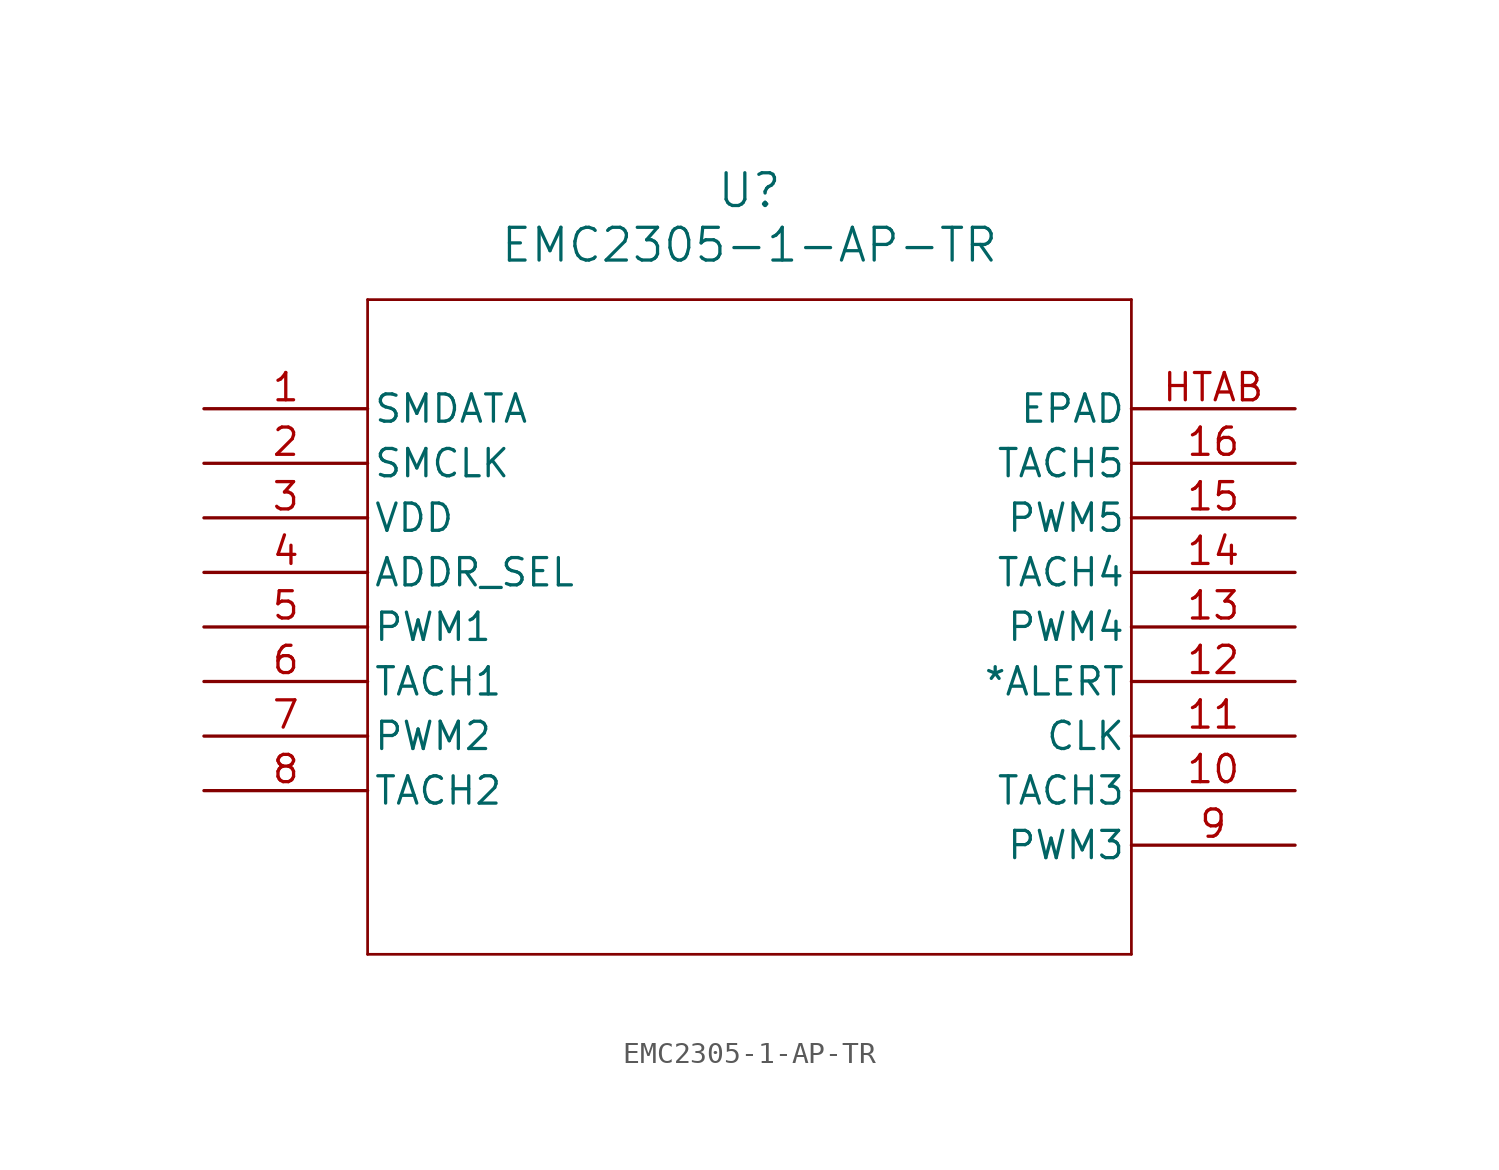
<source format=kicad_sym>
(kicad_symbol_lib
  (version 20211014)
  (generator kicad_symbol_editor)
  (symbol "EMC2305-1-AP-TR"
    (pin_names
      (offset 0.254))
    (property "Reference" "U"
      (at 25.4 10.16 0)
      (effects (font (size 1.524 1.524))))
    (property "Value" "EMC2305-1-AP-TR"
      (at 25.4 7.62 0)
      (effects (font (size 1.524 1.524))))
    (symbol "EMC2305-1-AP-TR_0_1"
      (polyline (pts (xy 7.62 5.08) (xy 7.62 -25.4)) (stroke (width 0.127) (type default) (color 0 0 0 0)) (fill (type none)))
      (polyline (pts (xy 7.62 -25.4) (xy 43.18 -25.4)) (stroke (width 0.127) (type default) (color 0 0 0 0)) (fill (type none)))
      (polyline (pts (xy 43.18 -25.4) (xy 43.18 5.08)) (stroke (width 0.127) (type default) (color 0 0 0 0)) (fill (type none)))
      (polyline (pts (xy 43.18 5.08) (xy 7.62 5.08)) (stroke (width 0.127) (type default) (color 0 0 0 0)) (fill (type none)))
      (pin bidirectional line (at 0 0 0) (length 7.62) (name "SMDATA" (effects (font (size 1.27 1.27)))) (number "1" (effects (font (size 1.27 1.27)))))
      (pin input line (at 0 -2.54 0) (length 7.62) (name "SMCLK" (effects (font (size 1.27 1.27)))) (number "2" (effects (font (size 1.27 1.27)))))
      (pin power_in line (at 0 -5.08 0) (length 7.62) (name "VDD" (effects (font (size 1.27 1.27)))) (number "3" (effects (font (size 1.27 1.27)))))
      (pin bidirectional line (at 0 -7.62 0) (length 7.62) (name "ADDR_SEL" (effects (font (size 1.27 1.27)))) (number "4" (effects (font (size 1.27 1.27)))))
      (pin output line (at 0 -10.16 0) (length 7.62) (name "PWM1" (effects (font (size 1.27 1.27)))) (number "5" (effects (font (size 1.27 1.27)))))
      (pin input line (at 0 -12.7 0) (length 7.62) (name "TACH1" (effects (font (size 1.27 1.27)))) (number "6" (effects (font (size 1.27 1.27)))))
      (pin output line (at 0 -15.24 0) (length 7.62) (name "PWM2" (effects (font (size 1.27 1.27)))) (number "7" (effects (font (size 1.27 1.27)))))
      (pin input line (at 0 -17.78 0) (length 7.62) (name "TACH2" (effects (font (size 1.27 1.27)))) (number "8" (effects (font (size 1.27 1.27)))))
      (pin output line (at 50.8 -20.32 180) (length 7.62) (name "PWM3" (effects (font (size 1.27 1.27)))) (number "9" (effects (font (size 1.27 1.27)))))
      (pin input line (at 50.8 -17.78 180) (length 7.62) (name "TACH3" (effects (font (size 1.27 1.27)))) (number "10" (effects (font (size 1.27 1.27)))))
      (pin bidirectional line (at 50.8 -15.24 180) (length 7.62) (name "CLK" (effects (font (size 1.27 1.27)))) (number "11" (effects (font (size 1.27 1.27)))))
      (pin output line (at 50.8 -12.7 180) (length 7.62) (name "*ALERT" (effects (font (size 1.27 1.27)))) (number "12" (effects (font (size 1.27 1.27)))))
      (pin output line (at 50.8 -10.16 180) (length 7.62) (name "PWM4" (effects (font (size 1.27 1.27)))) (number "13" (effects (font (size 1.27 1.27)))))
      (pin input line (at 50.8 -7.62 180) (length 7.62) (name "TACH4" (effects (font (size 1.27 1.27)))) (number "14" (effects (font (size 1.27 1.27)))))
      (pin output line (at 50.8 -5.08 180) (length 7.62) (name "PWM5" (effects (font (size 1.27 1.27)))) (number "15" (effects (font (size 1.27 1.27)))))
      (pin input line (at 50.8 -2.54 180) (length 7.62) (name "TACH5" (effects (font (size 1.27 1.27)))) (number "16" (effects (font (size 1.27 1.27)))))
      (pin unspecified line (at 50.8 0 180) (length 7.62) (name "EPAD" (effects (font (size 1.27 1.27)))) (number "HTAB" (effects (font (size 1.27 1.27))))))))
</source>
